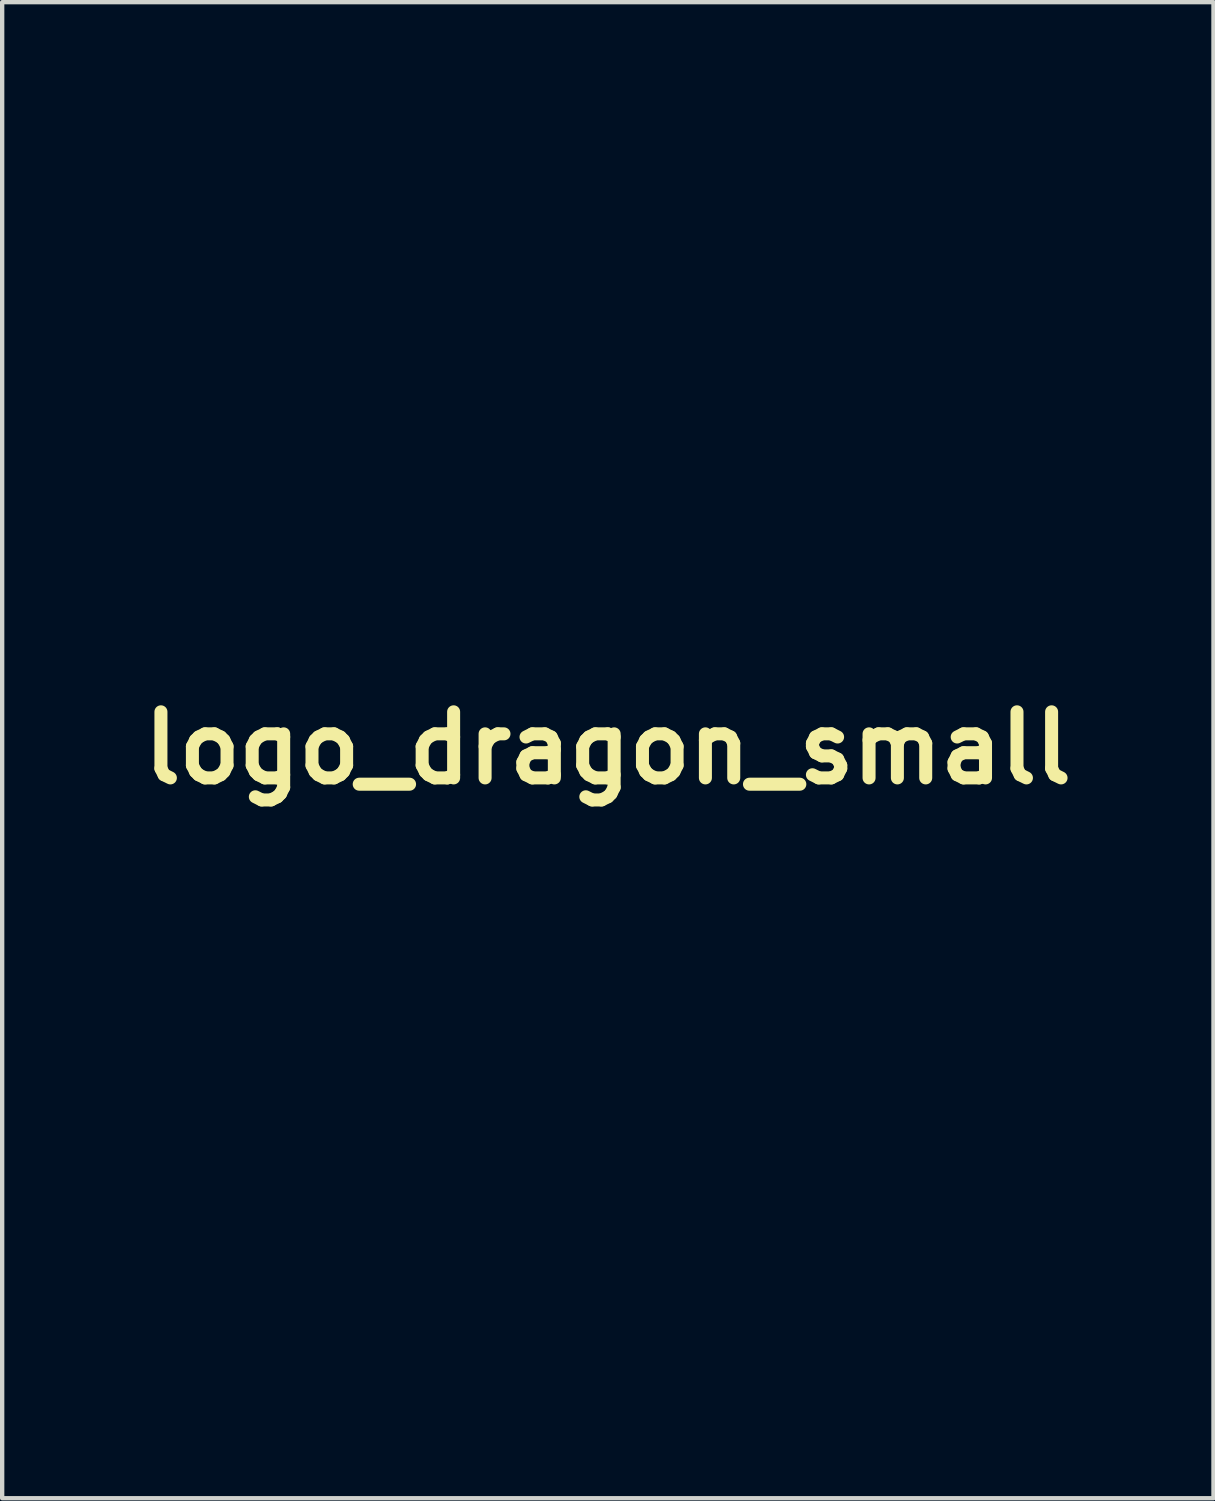
<source format=kicad_pcb>
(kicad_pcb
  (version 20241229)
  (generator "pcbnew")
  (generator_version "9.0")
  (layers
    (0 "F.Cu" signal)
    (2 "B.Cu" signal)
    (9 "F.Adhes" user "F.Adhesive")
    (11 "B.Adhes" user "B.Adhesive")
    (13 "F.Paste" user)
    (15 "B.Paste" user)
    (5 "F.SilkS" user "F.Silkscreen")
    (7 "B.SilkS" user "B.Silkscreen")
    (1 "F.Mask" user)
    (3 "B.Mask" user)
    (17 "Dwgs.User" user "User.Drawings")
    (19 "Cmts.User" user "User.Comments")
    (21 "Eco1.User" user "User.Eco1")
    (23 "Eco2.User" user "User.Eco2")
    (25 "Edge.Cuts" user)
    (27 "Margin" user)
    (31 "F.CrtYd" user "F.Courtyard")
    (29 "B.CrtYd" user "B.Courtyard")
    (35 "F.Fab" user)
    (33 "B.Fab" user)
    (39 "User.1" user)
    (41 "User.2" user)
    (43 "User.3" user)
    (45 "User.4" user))
  (footprint "logo_dragon_small"
    (layer "F.Cu")
    (at 10.966 14.198)
    (property "Reference" "logo_dragon_small" (at 0 0 0) (layer "F.SilkS") (effects (font (size 1.524 1.524) (thickness 0.3))))
    (attr through_hole)
    (fp_poly (pts (xy -3.667 3.272) (xy -3.683 3.302) (xy -3.763 3.383) (xy -3.778 3.387) (xy -3.783 3.332) (xy -3.768 3.302) (xy -3.688 3.221) (xy -3.673 3.217) (xy -3.667 3.272)) (stroke (width 0.01) (type solid)) (fill yes) (layer "F.Mask"))
    (fp_poly (pts (xy -0.247 -14.156) (xy -0.065 -14.102) (xy 0.218 -13.987) (xy 0.556 -13.83) (xy 0.741 -13.738) (xy 1.121 -13.551) (xy 1.439 -13.425) (xy 1.761 -13.339) (xy 2.156 -13.273) (xy 2.371 -13.245) (xy 2.766 -13.197) (xy 3.12 -13.159) (xy 3.386 -13.135) (xy 3.49 -13.128) (xy 3.65 -13.14) (xy 3.678 -13.22) (xy 3.639 -13.341) (xy 3.578 -13.512) (xy 3.556 -13.594) (xy 3.618 -13.59) (xy 3.786 -13.502) (xy 4.033 -13.346) (xy 4.331 -13.144) (xy 4.653 -12.913) (xy 4.972 -12.673) (xy 5.26 -12.443) (xy 5.479 -12.252) (xy 5.668 -12.059) (xy 5.889 -11.806) (xy 6.112 -11.532) (xy 6.311 -11.271) (xy 6.456 -11.061) (xy 6.519 -10.935) (xy 6.519 -10.928) (xy 6.583 -10.828) (xy 6.594 -10.823) (xy 6.662 -10.74) (xy 6.783 -10.539) (xy 6.936 -10.256) (xy 7.022 -10.088) (xy 7.377 -9.381) (xy 6.653 -10.005) (xy 6.306 -10.294) (xy 5.95 -10.572) (xy 5.636 -10.801) (xy 5.476 -10.905) (xy 5.089 -11.103) (xy 4.631 -11.281) (xy 4.161 -11.421) (xy 3.742 -11.503) (xy 3.556 -11.516) (xy 3.264 -11.539) (xy 3.127 -11.611) (xy 3.139 -11.747) (xy 3.273 -11.939) (xy 3.51 -12.22) (xy 2.623 -12.165) (xy 2.149 -12.134) (xy 1.815 -12.101) (xy 1.591 -12.052) (xy 1.446 -11.975) (xy 1.351 -11.859) (xy 1.277 -11.69) (xy 1.239 -11.586) (xy 1.102 -11.262) (xy 0.918 -10.905) (xy 0.811 -10.723) (xy 0.642 -10.453) (xy 0.498 -10.212) (xy 0.431 -10.092) (xy 0.328 -9.897) (xy 0.662 -10.108) (xy 1.151 -10.377) (xy 1.597 -10.529) (xy 2.06 -10.583) (xy 2.127 -10.583) (xy 2.392 -10.594) (xy 2.572 -10.622) (xy 2.625 -10.653) (xy 2.561 -10.766) (xy 2.405 -10.917) (xy 2.214 -11.058) (xy 2.074 -11.131) (xy 1.972 -11.195) (xy 2.015 -11.237) (xy 2.151 -11.24) (xy 2.383 -11.176) (xy 2.73 -11.038) (xy 3.048 -10.896) (xy 3.279 -10.793) (xy 3.444 -10.727) (xy 3.485 -10.715) (xy 3.592 -10.659) (xy 3.605 -10.647) (xy 3.748 -10.574) (xy 3.851 -10.652) (xy 3.894 -10.863) (xy 3.895 -10.883) (xy 3.903 -11.077) (xy 3.949 -11.135) (xy 4.065 -11.091) (xy 4.082 -11.082) (xy 4.425 -10.834) (xy 4.779 -10.472) (xy 5.107 -10.042) (xy 5.372 -9.593) (xy 5.518 -9.235) (xy 5.559 -9.244) (xy 5.627 -9.386) (xy 5.706 -9.616) (xy 5.792 -9.902) (xy 5.861 -10.132) (xy 5.894 -10.237) (xy 5.955 -10.233) (xy 6.087 -10.108) (xy 6.272 -9.886) (xy 6.495 -9.592) (xy 6.736 -9.249) (xy 6.98 -8.883) (xy 7.21 -8.517) (xy 7.409 -8.175) (xy 7.559 -7.881) (xy 7.575 -7.845) (xy 7.685 -7.55) (xy 7.785 -7.201) (xy 7.866 -6.843) (xy 7.919 -6.521) (xy 7.934 -6.279) (xy 7.914 -6.176) (xy 7.894 -6.101) (xy 7.972 -6.13) (xy 8.061 -6.202) (xy 8.206 -6.321) (xy 8.409 -6.473) (xy 8.436 -6.492) (xy 8.696 -6.676) (xy 8.623 -6.28) (xy 8.504 -5.756) (xy 8.358 -5.367) (xy 8.164 -5.079) (xy 7.9 -4.856) (xy 7.687 -4.733) (xy 7.481 -4.633) (xy 7.346 -4.576) (xy 7.327 -4.572) (xy 7.303 -4.649) (xy 7.286 -4.848) (xy 7.281 -5.071) (xy 7.254 -5.471) (xy 7.156 -5.733) (xy 6.964 -5.88) (xy 6.655 -5.936) (xy 6.425 -5.937) (xy 6.233 -5.917) (xy 6.124 -5.846) (xy 6.049 -5.676) (xy 6.012 -5.549) (xy 5.947 -5.155) (xy 6.004 -4.872) (xy 6.185 -4.691) (xy 6.221 -4.673) (xy 6.405 -4.537) (xy 6.429 -4.382) (xy 6.297 -4.226) (xy 6.061 -4.104) (xy 5.687 -3.962) (xy 5.309 -4.222) (xy 4.992 -4.484) (xy 4.838 -4.735) (xy 4.845 -4.99) (xy 5.011 -5.269) (xy 5.121 -5.392) (xy 5.416 -5.696) (xy 5.227 -6.034) (xy 4.943 -6.417) (xy 4.572 -6.743) (xy 4.176 -6.959) (xy 4.17 -6.962) (xy 3.969 -7.082) (xy 3.913 -7.228) (xy 3.984 -7.376) (xy 4.163 -7.506) (xy 4.434 -7.594) (xy 4.715 -7.621) (xy 5.038 -7.623) (xy 4.759 -7.896) (xy 6.536 -7.896) (xy 6.558 -7.64) (xy 6.619 -7.37) (xy 6.719 -7.117) (xy 6.778 -7.013) (xy 6.937 -6.806) (xy 7.042 -6.759) (xy 7.098 -6.873) (xy 7.112 -7.096) (xy 7.069 -7.505) (xy 6.959 -7.892) (xy 6.811 -8.17) (xy 6.689 -8.274) (xy 6.602 -8.243) (xy 6.551 -8.107) (xy 6.536 -7.896) (xy 4.759 -7.896) (xy 4.401 -8.248) (xy 4.005 -8.612) (xy 3.671 -8.853) (xy 3.362 -8.984) (xy 3.043 -9.021) (xy 2.676 -8.978) (xy 2.612 -8.966) (xy 2.277 -8.877) (xy 1.948 -8.763) (xy 1.826 -8.711) (xy 1.558 -8.593) (xy 1.426 -8.567) (xy 1.421 -8.639) (xy 1.534 -8.815) (xy 1.574 -8.869) (xy 1.814 -9.186) (xy 1.522 -8.965) (xy 1.22 -8.655) (xy 0.988 -8.262) (xy 0.861 -7.851) (xy 0.847 -7.681) (xy 0.853 -7.554) (xy 0.883 -7.437) (xy 0.954 -7.308) (xy 1.083 -7.147) (xy 1.286 -6.931) (xy 1.581 -6.638) (xy 1.911 -6.319) (xy 2.616 -5.62) (xy 3.198 -4.996) (xy 3.675 -4.423) (xy 4.063 -3.878) (xy 4.378 -3.34) (xy 4.638 -2.784) (xy 4.813 -2.324) (xy 4.941 -1.935) (xy 5.02 -1.616) (xy 5.062 -1.299) (xy 5.078 -0.916) (xy 5.079 -0.673) (xy 5.066 -0.221) (xy 5.032 0.192) (xy 4.982 0.511) (xy 4.96 0.593) (xy 4.893 0.786) (xy 4.838 0.864) (xy 4.786 0.813) (xy 4.728 0.623) (xy 4.658 0.281) (xy 4.63 0.13) (xy 4.564 -0.164) (xy 4.494 -0.383) (xy 4.434 -0.483) (xy 4.431 -0.484) (xy 4.35 -0.43) (xy 4.212 -0.26) (xy 4.042 -0.007) (xy 3.975 0.103) (xy 3.521 0.761) (xy 3.009 1.308) (xy 2.461 1.727) (xy 1.896 2.002) (xy 1.664 2.069) (xy 1.423 2.124) (xy 1.942 2.649) (xy 2.411 3.195) (xy 2.737 3.729) (xy 2.917 4.238) (xy 2.949 4.713) (xy 2.832 5.143) (xy 2.564 5.516) (xy 2.436 5.63) (xy 2.26 5.754) (xy 2.087 5.824) (xy 1.857 5.854) (xy 1.53 5.86) (xy 1.148 5.844) (xy 0.846 5.787) (xy 0.533 5.666) (xy 0.372 5.59) (xy 0.018 5.388) (xy -0.342 5.14) (xy -0.572 4.95) (xy -0.804 4.746) (xy -0.969 4.641) (xy -1.12 4.612) (xy -1.27 4.629) (xy -1.671 4.768) (xy -2.093 5.031) (xy -2.497 5.386) (xy -2.844 5.798) (xy -3.049 6.138) (xy -3.149 6.324) (xy -3.221 6.432) (xy -3.224 6.435) (xy -3.303 6.573) (xy -3.392 6.834) (xy -3.479 7.174) (xy -3.554 7.547) (xy -3.605 7.91) (xy -3.617 8.043) (xy -3.629 8.453) (xy -3.595 8.781) (xy -3.505 9.113) (xy -3.481 9.183) (xy -3.367 9.47) (xy -3.253 9.703) (xy -3.178 9.812) (xy -3.074 9.888) (xy -3.01 9.815) (xy -2.993 9.773) (xy -2.9 9.588) (xy -2.768 9.384) (xy -2.674 9.239) (xy -2.647 9.11) (xy -2.683 8.932) (xy -2.741 8.755) (xy -2.827 8.409) (xy -2.866 8.104) (xy -2.217 8.104) (xy -2.185 8.291) (xy -2.109 8.337) (xy -2.074 8.328) (xy -1.962 8.252) (xy -1.947 8.216) (xy -1.894 8.129) (xy -1.75 7.951) (xy -1.543 7.713) (xy -1.439 7.598) (xy -1.213 7.346) (xy -1.039 7.141) (xy -0.942 7.015) (xy -0.931 6.992) (xy -1.002 6.904) (xy -1.174 6.792) (xy -1.389 6.686) (xy -1.589 6.616) (xy -1.67 6.604) (xy -1.862 6.683) (xy -2.023 6.902) (xy -2.143 7.232) (xy -2.21 7.646) (xy -2.217 8.104) (xy -2.866 8.104) (xy -2.875 8.036) (xy -2.879 7.932) (xy -2.842 7.558) (xy -2.743 7.099) (xy -2.6 6.621) (xy -2.43 6.189) (xy -2.386 6.096) (xy -2.296 5.931) (xy -2.201 5.845) (xy -2.05 5.814) (xy -1.79 5.816) (xy -1.736 5.818) (xy -1.44 5.842) (xy -1.201 5.906) (xy -0.986 6.032) (xy -0.761 6.243) (xy -0.494 6.562) (xy -0.325 6.78) (xy -0.086 7.11) (xy 0.039 7.324) (xy 0.052 7.426) (xy 0.035 7.436) (xy -0.073 7.506) (xy -0.085 7.542) (xy -0.15 7.617) (xy -0.175 7.62) (xy -0.307 7.677) (xy -0.521 7.83) (xy -0.784 8.049) (xy -1.064 8.305) (xy -1.326 8.57) (xy -1.535 8.81) (xy -1.88 9.246) (xy -1.609 9.936) (xy -1.323 10.623) (xy -1.018 11.284) (xy -0.705 11.902) (xy -0.393 12.458) (xy -0.095 12.934) (xy 0.18 13.313) (xy 0.419 13.576) (xy 0.613 13.706) (xy 0.671 13.716) (xy 0.869 13.637) (xy 1.032 13.417) (xy 1.154 13.082) (xy 1.231 12.657) (xy 1.257 12.169) (xy 1.228 11.641) (xy 1.153 11.168) (xy 1.04 10.71) (xy 0.926 10.42) (xy 0.812 10.3) (xy 0.696 10.347) (xy 0.578 10.562) (xy 0.498 10.798) (xy 0.414 11.022) (xy 0.329 11.157) (xy 0.295 11.176) (xy 0.164 11.11) (xy -0.022 10.939) (xy -0.229 10.703) (xy -0.423 10.441) (xy -0.571 10.193) (xy -0.614 10.097) (xy -0.692 9.876) (xy -0.704 9.771) (xy -0.641 9.739) (xy -0.552 9.737) (xy -0.379 9.796) (xy -0.224 9.993) (xy -0.193 10.049) (xy -0.074 10.25) (xy 0.026 10.373) (xy 0.048 10.387) (xy 0.138 10.338) (xy 0.27 10.186) (xy 0.321 10.113) (xy 0.566 9.833) (xy 0.822 9.717) (xy 1.07 9.763) (xy 1.293 9.971) (xy 1.394 10.147) (xy 1.51 10.505) (xy 1.589 10.982) (xy 1.63 11.536) (xy 1.634 12.121) (xy 1.601 12.694) (xy 1.532 13.212) (xy 1.427 13.63) (xy 1.36 13.79) (xy 1.198 14.034) (xy 1.017 14.201) (xy 0.965 14.227) (xy 0.788 14.288) (xy 0.659 14.294) (xy 0.501 14.237) (xy 0.35 14.164) (xy 0.041 13.938) (xy -0.304 13.548) (xy -0.683 12.994) (xy -1.096 12.277) (xy -1.423 11.642) (xy -1.646 11.189) (xy -1.848 10.775) (xy -2.014 10.431) (xy -2.13 10.184) (xy -2.178 10.075) (xy -2.218 9.999) (xy -2.265 9.988) (xy -2.332 10.062) (xy -2.433 10.24) (xy -2.582 10.541) (xy -2.716 10.821) (xy -3.171 11.779) (xy -3.402 11.499) (xy -3.588 11.23) (xy -3.806 10.851) (xy -4.03 10.412) (xy -4.235 9.961) (xy -4.373 9.61) (xy -4.441 9.374) (xy -4.487 9.095) (xy -4.513 8.735) (xy -4.523 8.257) (xy -4.523 8.043) (xy -4.52 7.564) (xy -4.507 7.211) (xy -4.479 6.941) (xy -4.43 6.711) (xy -4.354 6.478) (xy -4.292 6.317) (xy -4.104 5.904) (xy -3.859 5.46) (xy -3.59 5.037) (xy -3.329 4.687) (xy -3.183 4.527) (xy -2.967 4.337) (xy -2.723 4.148) (xy -2.496 3.993) (xy -2.332 3.904) (xy -2.292 3.895) (xy -2.205 3.834) (xy -2.201 3.81) (xy -2.134 3.731) (xy -2.095 3.725) (xy -1.951 3.688) (xy -1.748 3.598) (xy -1.738 3.593) (xy -1.514 3.513) (xy -1.201 3.445) (xy -0.96 3.412) (xy -0.435 3.363) (xy -0.311 3.662) (xy -0.09 4.037) (xy 0.232 4.395) (xy 0.616 4.707) (xy 1.021 4.941) (xy 1.408 5.067) (xy 1.557 5.08) (xy 1.807 5.015) (xy 2.032 4.851) (xy 2.176 4.639) (xy 2.201 4.515) (xy 2.135 4.243) (xy 1.954 3.908) (xy 1.684 3.544) (xy 1.353 3.179) (xy 0.987 2.846) (xy 0.613 2.575) (xy 0.456 2.486) (xy 0.261 2.445) (xy -0.063 2.443) (xy -0.484 2.474) (xy -0.967 2.533) (xy -1.478 2.616) (xy -1.984 2.716) (xy -2.451 2.828) (xy -2.845 2.948) (xy -3.033 3.021) (xy -3.335 3.146) (xy -3.502 3.196) (xy -3.545 3.18) (xy -3.479 3.107) (xy -3.313 2.985) (xy -3.061 2.823) (xy -2.734 2.63) (xy -2.346 2.416) (xy -1.907 2.187) (xy -1.818 2.143) (xy -1.464 1.968) (xy -1.159 1.818) (xy -0.938 1.712) (xy -0.845 1.669) (xy -0.775 1.615) (xy -0.848 1.539) (xy -0.887 1.514) (xy -1.032 1.399) (xy -1.242 1.205) (xy -1.444 1.002) (xy -1.835 0.595) (xy -2.65 1.361) (xy -3.485 2.208) (xy -4.275 3.135) (xy -4.979 4.088) (xy -5.396 4.741) (xy -5.608 5.097) (xy -5.792 5.407) (xy -5.93 5.638) (xy -6.001 5.757) (xy -6.044 5.776) (xy -6.054 5.631) (xy -6.046 5.503) (xy -6.036 5.311) (xy -6.024 4.978) (xy -6.01 4.535) (xy -5.996 4.01) (xy -5.982 3.433) (xy -5.975 3.09) (xy -5.939 1.96) (xy -5.875 0.977) (xy -5.861 0.851) (xy -4.709 0.851) (xy -4.697 1.176) (xy -4.645 1.462) (xy -4.333 1.172) (xy -4.101 0.969) (xy -3.799 0.722) (xy -3.514 0.502) (xy -3.229 0.297) (xy -2.965 0.12) (xy -2.777 0.007) (xy -2.773 0.005) (xy -2.737 -0.016) (xy -0.847 -0.016) (xy -0.783 0.09) (xy -0.609 0.276) (xy -0.349 0.518) (xy -0.025 0.794) (xy 0.117 0.909) (xy 0.531 1.238) (xy 1.005 1.117) (xy 1.349 1.001) (xy 1.691 0.84) (xy 1.834 0.753) (xy 2.084 0.557) (xy 2.3 0.35) (xy 2.363 0.276) (xy 2.502 0.091) (xy 2.602 -0.038) (xy 2.605 -0.042) (xy 2.718 -0.248) (xy 2.829 -0.551) (xy 2.918 -0.881) (xy 2.962 -1.166) (xy 2.963 -1.213) (xy 2.963 -1.532) (xy 2.646 -1.476) (xy 2.282 -1.393) (xy 1.839 -1.263) (xy 1.391 -1.11) (xy 1.041 -0.971) (xy 0.59 -0.767) (xy 0.159 -0.563) (xy -0.227 -0.373) (xy -0.541 -0.21) (xy -0.756 -0.088) (xy -0.846 -0.02) (xy -0.847 -0.016) (xy -2.737 -0.016) (xy -2.61 -0.089) (xy -2.556 -0.18) (xy -2.609 -0.316) (xy -2.746 -0.517) (xy -2.91 -0.749) (xy -3.116 -1.043) (xy -3.258 -1.249) (xy -3.472 -1.53) (xy -3.633 -1.664) (xy -3.759 -1.659) (xy -3.868 -1.522) (xy -3.878 -1.503) (xy -3.971 -1.327) (xy -4.114 -1.069) (xy -4.238 -0.85) (xy -4.409 -0.48) (xy -4.553 -0.035) (xy -4.657 0.427) (xy -4.709 0.851) (xy -5.861 0.851) (xy -5.781 0.12) (xy -5.651 -0.633) (xy -5.48 -1.302) (xy -5.266 -1.908) (xy -5.002 -2.473) (xy -4.692 -3.006) (xy -4.536 -3.228) (xy -4.326 -3.495) (xy -4.09 -3.776) (xy -3.852 -4.045) (xy -3.637 -4.273) (xy -3.47 -4.43) (xy -3.377 -4.49) (xy -3.369 -4.487) (xy -3.325 -4.396) (xy -3.233 -4.181) (xy -3.109 -3.881) (xy -3.013 -3.641) (xy -2.831 -3.202) (xy -2.633 -2.752) (xy -2.432 -2.317) (xy -2.241 -1.925) (xy -2.073 -1.602) (xy -1.941 -1.376) (xy -1.859 -1.273) (xy -1.85 -1.27) (xy -1.782 -1.204) (xy -1.778 -1.171) (xy -1.726 -1.035) (xy -1.642 -0.922) (xy -1.544 -0.842) (xy -1.43 -0.832) (xy -1.268 -0.903) (xy -1.026 -1.065) (xy -0.834 -1.206) (xy -0.633 -1.347) (xy -0.483 -1.43) (xy -0.447 -1.439) (xy -0.35 -1.494) (xy -0.173 -1.637) (xy 0.037 -1.828) (xy 0.254 -2.043) (xy 0.369 -2.196) (xy 0.408 -2.335) (xy 0.395 -2.514) (xy 0.387 -2.563) (xy 0.303 -2.809) (xy 0.133 -3.133) (xy -0.095 -3.489) (xy -0.351 -3.834) (xy -0.605 -4.122) (xy -0.68 -4.193) (xy -0.814 -4.303) (xy -0.895 -4.299) (xy -0.984 -4.191) (xy -1.099 -3.97) (xy -1.219 -3.637) (xy -1.327 -3.248) (xy -1.405 -2.858) (xy -1.413 -2.809) (xy -1.455 -2.582) (xy -1.515 -2.487) (xy -1.619 -2.484) (xy -1.642 -2.49) (xy -1.813 -2.529) (xy -1.884 -2.539) (xy -1.93 -2.613) (xy -1.919 -2.81) (xy -1.859 -3.1) (xy -1.761 -3.451) (xy -1.635 -3.831) (xy -1.491 -4.21) (xy -1.338 -4.556) (xy -1.187 -4.837) (xy -1.124 -4.932) (xy -0.832 -5.334) (xy -0.226 -4.831) (xy 0.34 -4.341) (xy 0.783 -3.909) (xy 1.126 -3.507) (xy 1.396 -3.108) (xy 1.479 -2.962) (xy 1.774 -2.413) (xy 1.776 -2.893) (xy 1.699 -3.664) (xy 1.47 -4.455) (xy 1.099 -5.24) (xy 0.596 -5.991) (xy 0.512 -6.096) (xy 0.385 -6.231) (xy 0.305 -6.237) (xy 0.256 -6.181) (xy 0.205 -6.023) (xy 0.174 -5.772) (xy 0.171 -5.656) (xy 0.155 -5.412) (xy 0.116 -5.246) (xy 0.092 -5.212) (xy -0.021 -5.233) (xy -0.177 -5.386) (xy -0.358 -5.644) (xy -0.549 -5.979) (xy -0.733 -6.365) (xy -0.892 -6.774) (xy -0.927 -6.879) (xy -1.005 -7.08) (xy -1.074 -7.19) (xy -1.088 -7.197) (xy -1.163 -7.133) (xy -1.306 -6.966) (xy -1.487 -6.73) (xy -1.505 -6.705) (xy -1.736 -6.405) (xy -1.981 -6.116) (xy -2.159 -5.926) (xy -2.455 -5.639) (xy -2.455 -5.895) (xy -2.479 -6.108) (xy -2.54 -6.371) (xy -2.621 -6.631) (xy -2.706 -6.838) (xy -2.779 -6.939) (xy -2.791 -6.943) (xy -2.897 -6.895) (xy -3.059 -6.783) (xy -3.256 -6.642) (xy -3.513 -6.478) (xy -3.785 -6.317) (xy -4.027 -6.184) (xy -4.195 -6.106) (xy -4.235 -6.096) (xy -4.212 -6.16) (xy -4.108 -6.335) (xy -3.941 -6.594) (xy -3.73 -6.91) (xy -3.494 -7.256) (xy -3.25 -7.608) (xy -3.016 -7.936) (xy -2.812 -8.216) (xy -2.656 -8.42) (xy -2.565 -8.522) (xy -2.555 -8.528) (xy -2.485 -8.472) (xy -2.358 -8.306) (xy -2.208 -8.079) (xy -1.919 -7.61) (xy -1.694 -8.28) (xy -1.547 -8.674) (xy -1.373 -9.08) (xy -1.209 -9.412) (xy -1.2 -9.428) (xy -1.077 -9.67) (xy -1.015 -9.842) (xy -1.028 -9.906) (xy -1.193 -9.863) (xy -1.46 -9.747) (xy -1.789 -9.579) (xy -2.143 -9.379) (xy -2.48 -9.167) (xy -2.594 -9.09) (xy -2.842 -8.894) (xy -3.168 -8.607) (xy -3.533 -8.263) (xy -3.902 -7.895) (xy -4.022 -7.771) (xy -4.383 -7.396) (xy -4.638 -7.15) (xy -4.789 -7.034) (xy -4.842 -7.05) (xy -4.8 -7.199) (xy -4.669 -7.484) (xy -4.453 -7.905) (xy -4.443 -7.923) (xy -3.938 -8.78) (xy -3.343 -9.621) (xy -2.705 -10.382) (xy -2.45 -10.647) (xy -2.175 -10.922) (xy -2.008 -11.1) (xy -1.936 -11.201) (xy -1.947 -11.247) (xy -2.029 -11.26) (xy -2.095 -11.261) (xy -2.36 -11.234) (xy -2.708 -11.162) (xy -3.102 -11.058) (xy -3.505 -10.932) (xy -3.881 -10.797) (xy -4.193 -10.666) (xy -4.404 -10.549) (xy -4.473 -10.48) (xy -4.571 -10.417) (xy -4.606 -10.414) (xy -4.725 -10.357) (xy -4.897 -10.215) (xy -4.953 -10.16) (xy -5.196 -9.906) (xy -4.609 -9.9) (xy -4.286 -9.887) (xy -4.012 -9.858) (xy -3.852 -9.821) (xy -3.758 -9.764) (xy -3.781 -9.743) (xy -3.897 -9.706) (xy -4.121 -9.614) (xy -4.407 -9.487) (xy -4.713 -9.346) (xy -4.993 -9.212) (xy -5.203 -9.103) (xy -5.287 -9.052) (xy -5.538 -8.849) (xy -5.786 -8.624) (xy -5.998 -8.409) (xy -6.14 -8.24) (xy -6.181 -8.16) (xy -6.225 -8.054) (xy -6.256 -8.043) (xy -6.314 -7.968) (xy -6.395 -7.771) (xy -6.479 -7.497) (xy -6.553 -7.172) (xy -6.584 -6.871) (xy -6.569 -6.546) (xy -6.507 -6.152) (xy -6.395 -5.645) (xy -6.391 -5.63) (xy -6.161 -4.462) (xy -6.054 -3.402) (xy -6.07 -2.441) (xy -6.211 -1.572) (xy -6.476 -0.785) (xy -6.72 -0.307) (xy -7.009 0.121) (xy -7.372 0.566) (xy -7.75 0.958) (xy -7.894 1.086) (xy -8.166 1.312) (xy -7.975 1.041) (xy -7.607 0.395) (xy -7.357 -0.339) (xy -7.223 -1.17) (xy -7.205 -2.105) (xy -7.302 -3.152) (xy -7.451 -4.022) (xy -7.503 -4.289) (xy -7.577 -4.664) (xy -7.658 -5.086) (xy -7.706 -5.334) (xy -7.787 -5.754) (xy -7.866 -6.159) (xy -7.932 -6.492) (xy -7.96 -6.632) (xy -8.012 -6.973) (xy -8.041 -7.326) (xy -8.043 -7.417) (xy -8.043 -7.794) (xy -8.293 -7.665) (xy -8.48 -7.576) (xy -8.597 -7.536) (xy -8.6 -7.535) (xy -8.632 -7.61) (xy -8.628 -7.805) (xy -8.594 -8.076) (xy -8.539 -8.379) (xy -8.47 -8.672) (xy -8.392 -8.909) (xy -8.376 -8.946) (xy -8.278 -9.179) (xy -8.22 -9.352) (xy -8.213 -9.393) (xy -8.166 -9.479) (xy -8.149 -9.483) (xy -8.075 -9.552) (xy -7.979 -9.721) (xy -7.967 -9.748) (xy -7.836 -9.961) (xy -7.607 -10.248) (xy -7.315 -10.575) (xy -6.991 -10.908) (xy -6.668 -11.211) (xy -6.379 -11.45) (xy -6.36 -11.464) (xy -5.551 -11.976) (xy -4.689 -12.357) (xy -3.732 -12.626) (xy -3.635 -12.646) (xy -3.103 -12.755) (xy -3.461 -12.898) (xy -3.673 -12.997) (xy -3.767 -13.081) (xy -3.735 -13.152) (xy -3.571 -13.211) (xy -3.267 -13.261) (xy -2.816 -13.302) (xy -2.21 -13.336) (xy -1.452 -13.366) (xy 0.186 -13.42) (xy -0.154 -13.806) (xy -0.495 -14.193) (xy -0.247 -14.156)) (stroke (width 0.01) (type solid)) (fill yes) (layer "F.Mask")))
  (gr_rect
    (start -3 -3)
    (end 24.931 31.497)
    (stroke (width 0.1) (type default))
    (fill no)
    (layer "Edge.Cuts")))
</source>
